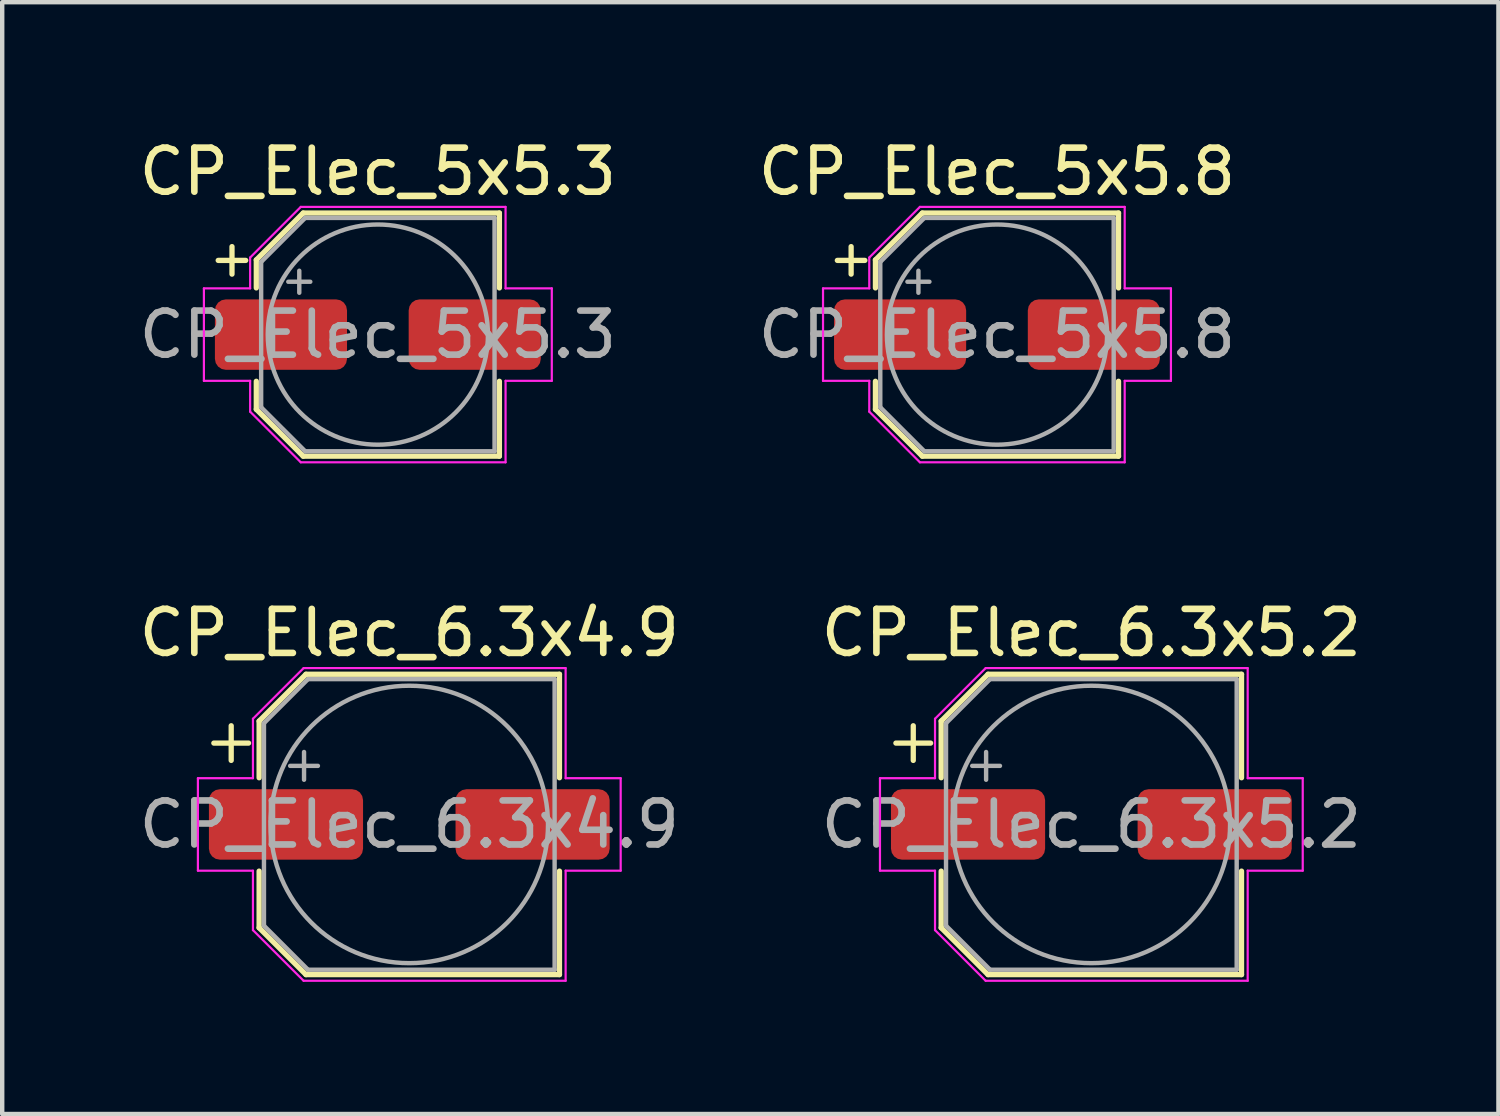
<source format=kicad_pcb>
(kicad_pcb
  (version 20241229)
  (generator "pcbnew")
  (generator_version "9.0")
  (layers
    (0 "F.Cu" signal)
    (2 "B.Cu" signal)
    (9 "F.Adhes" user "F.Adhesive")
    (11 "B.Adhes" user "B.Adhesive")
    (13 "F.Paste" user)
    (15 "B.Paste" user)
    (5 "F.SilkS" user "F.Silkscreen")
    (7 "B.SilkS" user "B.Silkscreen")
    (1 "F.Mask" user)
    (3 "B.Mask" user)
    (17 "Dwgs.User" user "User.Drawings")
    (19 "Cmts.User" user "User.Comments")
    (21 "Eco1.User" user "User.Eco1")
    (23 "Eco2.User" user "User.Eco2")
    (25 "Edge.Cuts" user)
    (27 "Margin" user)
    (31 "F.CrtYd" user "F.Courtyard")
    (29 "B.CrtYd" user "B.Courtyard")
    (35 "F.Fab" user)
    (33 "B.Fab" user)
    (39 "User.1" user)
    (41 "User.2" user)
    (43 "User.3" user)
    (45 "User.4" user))
  (footprint "CP_Elec_6.3x5.2"
    (layer "F.Cu")
    (at 21.732 15.671)
    (property "Reference" "CP_Elec_6.3x5.2" (at 0 -4.35 0) (layer "F.SilkS") (effects (font (size 1 1) (thickness 0.15))))
    (attr smd)
    (fp_line (start -4.438 -1.847) (end -3.65 -1.847) (stroke (width 0.12) (type solid)) (layer "F.SilkS"))
    (fp_line (start -4.044 -2.241) (end -4.044 -1.454) (stroke (width 0.12) (type solid)) (layer "F.SilkS"))
    (fp_line (start -3.41 -2.346) (end -3.41 -1.06) (stroke (width 0.12) (type solid)) (layer "F.SilkS"))
    (fp_line (start -3.41 -2.346) (end -2.346 -3.41) (stroke (width 0.12) (type solid)) (layer "F.SilkS"))
    (fp_line (start -3.41 2.346) (end -3.41 1.06) (stroke (width 0.12) (type solid)) (layer "F.SilkS"))
    (fp_line (start -3.41 2.346) (end -2.346 3.41) (stroke (width 0.12) (type solid)) (layer "F.SilkS"))
    (fp_line (start -2.346 -3.41) (end 3.41 -3.41) (stroke (width 0.12) (type solid)) (layer "F.SilkS"))
    (fp_line (start -2.346 3.41) (end 3.41 3.41) (stroke (width 0.12) (type solid)) (layer "F.SilkS"))
    (fp_line (start 3.41 -3.41) (end 3.41 -1.06) (stroke (width 0.12) (type solid)) (layer "F.SilkS"))
    (fp_line (start 3.41 3.41) (end 3.41 1.06) (stroke (width 0.12) (type solid)) (layer "F.SilkS"))
    (fp_line (start -4.8 -1.05) (end -4.8 1.05) (stroke (width 0.05) (type solid)) (layer "F.CrtYd"))
    (fp_line (start -4.8 1.05) (end -3.55 1.05) (stroke (width 0.05) (type solid)) (layer "F.CrtYd"))
    (fp_line (start -3.55 -2.4) (end -3.55 -1.05) (stroke (width 0.05) (type solid)) (layer "F.CrtYd"))
    (fp_line (start -3.55 -2.4) (end -2.4 -3.55) (stroke (width 0.05) (type solid)) (layer "F.CrtYd"))
    (fp_line (start -3.55 -1.05) (end -4.8 -1.05) (stroke (width 0.05) (type solid)) (layer "F.CrtYd"))
    (fp_line (start -3.55 1.05) (end -3.55 2.4) (stroke (width 0.05) (type solid)) (layer "F.CrtYd"))
    (fp_line (start -3.55 2.4) (end -2.4 3.55) (stroke (width 0.05) (type solid)) (layer "F.CrtYd"))
    (fp_line (start -2.4 -3.55) (end 3.55 -3.55) (stroke (width 0.05) (type solid)) (layer "F.CrtYd"))
    (fp_line (start -2.4 3.55) (end 3.55 3.55) (stroke (width 0.05) (type solid)) (layer "F.CrtYd"))
    (fp_line (start 3.55 -3.55) (end 3.55 -1.05) (stroke (width 0.05) (type solid)) (layer "F.CrtYd"))
    (fp_line (start 3.55 -1.05) (end 4.8 -1.05) (stroke (width 0.05) (type solid)) (layer "F.CrtYd"))
    (fp_line (start 3.55 1.05) (end 3.55 3.55) (stroke (width 0.05) (type solid)) (layer "F.CrtYd"))
    (fp_line (start 4.8 -1.05) (end 4.8 1.05) (stroke (width 0.05) (type solid)) (layer "F.CrtYd"))
    (fp_line (start 4.8 1.05) (end 3.55 1.05) (stroke (width 0.05) (type solid)) (layer "F.CrtYd"))
    (fp_line (start -3.3 -2.3) (end -3.3 2.3) (stroke (width 0.1) (type solid)) (layer "F.Fab"))
    (fp_line (start -3.3 -2.3) (end -2.3 -3.3) (stroke (width 0.1) (type solid)) (layer "F.Fab"))
    (fp_line (start -3.3 2.3) (end -2.3 3.3) (stroke (width 0.1) (type solid)) (layer "F.Fab"))
    (fp_line (start -2.705 -1.33) (end -2.075 -1.33) (stroke (width 0.1) (type solid)) (layer "F.Fab"))
    (fp_line (start -2.39 -1.645) (end -2.39 -1.015) (stroke (width 0.1) (type solid)) (layer "F.Fab"))
    (fp_line (start -2.3 -3.3) (end 3.3 -3.3) (stroke (width 0.1) (type solid)) (layer "F.Fab"))
    (fp_line (start -2.3 3.3) (end 3.3 3.3) (stroke (width 0.1) (type solid)) (layer "F.Fab"))
    (fp_line (start 3.3 -3.3) (end 3.3 3.3) (stroke (width 0.1) (type solid)) (layer "F.Fab"))
    (fp_circle (center 0 0) (end 3.15 0) (stroke (width 0.1) (type solid)) (fill no) (layer "F.Fab"))
    (fp_text user "${REFERENCE}" (at 0 0 0) (layer "F.Fab") (effects (font (size 1 1) (thickness 0.15))))
    (pad "1" smd roundrect (at -2.8 0) (size 3.5 1.6) (layers "F.Cu" "F.Mask" "F.Paste") (roundrect_rratio 0.156))
    (pad "2" smd roundrect (at 2.8 0) (size 3.5 1.6) (layers "F.Cu" "F.Mask" "F.Paste") (roundrect_rratio 0.156)))
  (footprint "CP_Elec_5x5.3"
    (layer "F.Cu")
    (at 5.53 4.548)
    (property "Reference" "CP_Elec_5x5.3" (at 0 -3.7 0) (layer "F.SilkS") (effects (font (size 1 1) (thickness 0.15))))
    (attr smd)
    (fp_line (start -3.625 -1.685) (end -3 -1.685) (stroke (width 0.12) (type solid)) (layer "F.SilkS"))
    (fp_line (start -3.312 -1.998) (end -3.312 -1.373) (stroke (width 0.12) (type solid)) (layer "F.SilkS"))
    (fp_line (start -2.76 -1.696) (end -2.76 -1.06) (stroke (width 0.12) (type solid)) (layer "F.SilkS"))
    (fp_line (start -2.76 -1.696) (end -1.696 -2.76) (stroke (width 0.12) (type solid)) (layer "F.SilkS"))
    (fp_line (start -2.76 1.696) (end -2.76 1.06) (stroke (width 0.12) (type solid)) (layer "F.SilkS"))
    (fp_line (start -2.76 1.696) (end -1.696 2.76) (stroke (width 0.12) (type solid)) (layer "F.SilkS"))
    (fp_line (start -1.696 -2.76) (end 2.76 -2.76) (stroke (width 0.12) (type solid)) (layer "F.SilkS"))
    (fp_line (start -1.696 2.76) (end 2.76 2.76) (stroke (width 0.12) (type solid)) (layer "F.SilkS"))
    (fp_line (start 2.76 -2.76) (end 2.76 -1.06) (stroke (width 0.12) (type solid)) (layer "F.SilkS"))
    (fp_line (start 2.76 2.76) (end 2.76 1.06) (stroke (width 0.12) (type solid)) (layer "F.SilkS"))
    (fp_line (start -3.95 -1.05) (end -3.95 1.05) (stroke (width 0.05) (type solid)) (layer "F.CrtYd"))
    (fp_line (start -3.95 1.05) (end -2.9 1.05) (stroke (width 0.05) (type solid)) (layer "F.CrtYd"))
    (fp_line (start -2.9 -1.75) (end -2.9 -1.05) (stroke (width 0.05) (type solid)) (layer "F.CrtYd"))
    (fp_line (start -2.9 -1.75) (end -1.75 -2.9) (stroke (width 0.05) (type solid)) (layer "F.CrtYd"))
    (fp_line (start -2.9 -1.05) (end -3.95 -1.05) (stroke (width 0.05) (type solid)) (layer "F.CrtYd"))
    (fp_line (start -2.9 1.05) (end -2.9 1.75) (stroke (width 0.05) (type solid)) (layer "F.CrtYd"))
    (fp_line (start -2.9 1.75) (end -1.75 2.9) (stroke (width 0.05) (type solid)) (layer "F.CrtYd"))
    (fp_line (start -1.75 -2.9) (end 2.9 -2.9) (stroke (width 0.05) (type solid)) (layer "F.CrtYd"))
    (fp_line (start -1.75 2.9) (end 2.9 2.9) (stroke (width 0.05) (type solid)) (layer "F.CrtYd"))
    (fp_line (start 2.9 -2.9) (end 2.9 -1.05) (stroke (width 0.05) (type solid)) (layer "F.CrtYd"))
    (fp_line (start 2.9 -1.05) (end 3.95 -1.05) (stroke (width 0.05) (type solid)) (layer "F.CrtYd"))
    (fp_line (start 2.9 1.05) (end 2.9 2.9) (stroke (width 0.05) (type solid)) (layer "F.CrtYd"))
    (fp_line (start 3.95 -1.05) (end 3.95 1.05) (stroke (width 0.05) (type solid)) (layer "F.CrtYd"))
    (fp_line (start 3.95 1.05) (end 2.9 1.05) (stroke (width 0.05) (type solid)) (layer "F.CrtYd"))
    (fp_line (start -2.65 -1.65) (end -2.65 1.65) (stroke (width 0.1) (type solid)) (layer "F.Fab"))
    (fp_line (start -2.65 -1.65) (end -1.65 -2.65) (stroke (width 0.1) (type solid)) (layer "F.Fab"))
    (fp_line (start -2.65 1.65) (end -1.65 2.65) (stroke (width 0.1) (type solid)) (layer "F.Fab"))
    (fp_line (start -2.034 -1.2) (end -1.534 -1.2) (stroke (width 0.1) (type solid)) (layer "F.Fab"))
    (fp_line (start -1.784 -1.45) (end -1.784 -0.95) (stroke (width 0.1) (type solid)) (layer "F.Fab"))
    (fp_line (start -1.65 -2.65) (end 2.65 -2.65) (stroke (width 0.1) (type solid)) (layer "F.Fab"))
    (fp_line (start -1.65 2.65) (end 2.65 2.65) (stroke (width 0.1) (type solid)) (layer "F.Fab"))
    (fp_line (start 2.65 -2.65) (end 2.65 2.65) (stroke (width 0.1) (type solid)) (layer "F.Fab"))
    (fp_circle (center 0 0) (end 2.5 0) (stroke (width 0.1) (type solid)) (fill no) (layer "F.Fab"))
    (fp_text user "${REFERENCE}" (at 0 0 0) (layer "F.Fab") (effects (font (size 1 1) (thickness 0.15))))
    (pad "1" smd roundrect (at -2.2 0) (size 3 1.6) (layers "F.Cu" "F.Mask" "F.Paste") (roundrect_rratio 0.156))
    (pad "2" smd roundrect (at 2.2 0) (size 3 1.6) (layers "F.Cu" "F.Mask" "F.Paste") (roundrect_rratio 0.156)))
  (footprint "CP_Elec_6.3x4.9"
    (layer "F.Cu")
    (at 6.244 15.671)
    (property "Reference" "CP_Elec_6.3x4.9" (at 0 -4.35 0) (layer "F.SilkS") (effects (font (size 1 1) (thickness 0.15))))
    (attr smd)
    (fp_line (start -4.438 -1.847) (end -3.65 -1.847) (stroke (width 0.12) (type solid)) (layer "F.SilkS"))
    (fp_line (start -4.044 -2.241) (end -4.044 -1.454) (stroke (width 0.12) (type solid)) (layer "F.SilkS"))
    (fp_line (start -3.41 -2.346) (end -3.41 -1.06) (stroke (width 0.12) (type solid)) (layer "F.SilkS"))
    (fp_line (start -3.41 -2.346) (end -2.346 -3.41) (stroke (width 0.12) (type solid)) (layer "F.SilkS"))
    (fp_line (start -3.41 2.346) (end -3.41 1.06) (stroke (width 0.12) (type solid)) (layer "F.SilkS"))
    (fp_line (start -3.41 2.346) (end -2.346 3.41) (stroke (width 0.12) (type solid)) (layer "F.SilkS"))
    (fp_line (start -2.346 -3.41) (end 3.41 -3.41) (stroke (width 0.12) (type solid)) (layer "F.SilkS"))
    (fp_line (start -2.346 3.41) (end 3.41 3.41) (stroke (width 0.12) (type solid)) (layer "F.SilkS"))
    (fp_line (start 3.41 -3.41) (end 3.41 -1.06) (stroke (width 0.12) (type solid)) (layer "F.SilkS"))
    (fp_line (start 3.41 3.41) (end 3.41 1.06) (stroke (width 0.12) (type solid)) (layer "F.SilkS"))
    (fp_line (start -4.8 -1.05) (end -4.8 1.05) (stroke (width 0.05) (type solid)) (layer "F.CrtYd"))
    (fp_line (start -4.8 1.05) (end -3.55 1.05) (stroke (width 0.05) (type solid)) (layer "F.CrtYd"))
    (fp_line (start -3.55 -2.4) (end -3.55 -1.05) (stroke (width 0.05) (type solid)) (layer "F.CrtYd"))
    (fp_line (start -3.55 -2.4) (end -2.4 -3.55) (stroke (width 0.05) (type solid)) (layer "F.CrtYd"))
    (fp_line (start -3.55 -1.05) (end -4.8 -1.05) (stroke (width 0.05) (type solid)) (layer "F.CrtYd"))
    (fp_line (start -3.55 1.05) (end -3.55 2.4) (stroke (width 0.05) (type solid)) (layer "F.CrtYd"))
    (fp_line (start -3.55 2.4) (end -2.4 3.55) (stroke (width 0.05) (type solid)) (layer "F.CrtYd"))
    (fp_line (start -2.4 -3.55) (end 3.55 -3.55) (stroke (width 0.05) (type solid)) (layer "F.CrtYd"))
    (fp_line (start -2.4 3.55) (end 3.55 3.55) (stroke (width 0.05) (type solid)) (layer "F.CrtYd"))
    (fp_line (start 3.55 -3.55) (end 3.55 -1.05) (stroke (width 0.05) (type solid)) (layer "F.CrtYd"))
    (fp_line (start 3.55 -1.05) (end 4.8 -1.05) (stroke (width 0.05) (type solid)) (layer "F.CrtYd"))
    (fp_line (start 3.55 1.05) (end 3.55 3.55) (stroke (width 0.05) (type solid)) (layer "F.CrtYd"))
    (fp_line (start 4.8 -1.05) (end 4.8 1.05) (stroke (width 0.05) (type solid)) (layer "F.CrtYd"))
    (fp_line (start 4.8 1.05) (end 3.55 1.05) (stroke (width 0.05) (type solid)) (layer "F.CrtYd"))
    (fp_line (start -3.3 -2.3) (end -3.3 2.3) (stroke (width 0.1) (type solid)) (layer "F.Fab"))
    (fp_line (start -3.3 -2.3) (end -2.3 -3.3) (stroke (width 0.1) (type solid)) (layer "F.Fab"))
    (fp_line (start -3.3 2.3) (end -2.3 3.3) (stroke (width 0.1) (type solid)) (layer "F.Fab"))
    (fp_line (start -2.705 -1.33) (end -2.075 -1.33) (stroke (width 0.1) (type solid)) (layer "F.Fab"))
    (fp_line (start -2.39 -1.645) (end -2.39 -1.015) (stroke (width 0.1) (type solid)) (layer "F.Fab"))
    (fp_line (start -2.3 -3.3) (end 3.3 -3.3) (stroke (width 0.1) (type solid)) (layer "F.Fab"))
    (fp_line (start -2.3 3.3) (end 3.3 3.3) (stroke (width 0.1) (type solid)) (layer "F.Fab"))
    (fp_line (start 3.3 -3.3) (end 3.3 3.3) (stroke (width 0.1) (type solid)) (layer "F.Fab"))
    (fp_circle (center 0 0) (end 3.15 0) (stroke (width 0.1) (type solid)) (fill no) (layer "F.Fab"))
    (fp_text user "${REFERENCE}" (at 0 0 0) (layer "F.Fab") (effects (font (size 1 1) (thickness 0.15))))
    (pad "1" smd roundrect (at -2.8 0) (size 3.5 1.6) (layers "F.Cu" "F.Mask" "F.Paste") (roundrect_rratio 0.156))
    (pad "2" smd roundrect (at 2.8 0) (size 3.5 1.6) (layers "F.Cu" "F.Mask" "F.Paste") (roundrect_rratio 0.156)))
  (footprint "CP_Elec_5x5.8"
    (layer "F.Cu")
    (at 19.589 4.548)
    (property "Reference" "CP_Elec_5x5.8" (at 0 -3.7 0) (layer "F.SilkS") (effects (font (size 1 1) (thickness 0.15))))
    (attr smd)
    (fp_line (start -3.625 -1.685) (end -3 -1.685) (stroke (width 0.12) (type solid)) (layer "F.SilkS"))
    (fp_line (start -3.312 -1.998) (end -3.312 -1.373) (stroke (width 0.12) (type solid)) (layer "F.SilkS"))
    (fp_line (start -2.76 -1.696) (end -2.76 -1.06) (stroke (width 0.12) (type solid)) (layer "F.SilkS"))
    (fp_line (start -2.76 -1.696) (end -1.696 -2.76) (stroke (width 0.12) (type solid)) (layer "F.SilkS"))
    (fp_line (start -2.76 1.696) (end -2.76 1.06) (stroke (width 0.12) (type solid)) (layer "F.SilkS"))
    (fp_line (start -2.76 1.696) (end -1.696 2.76) (stroke (width 0.12) (type solid)) (layer "F.SilkS"))
    (fp_line (start -1.696 -2.76) (end 2.76 -2.76) (stroke (width 0.12) (type solid)) (layer "F.SilkS"))
    (fp_line (start -1.696 2.76) (end 2.76 2.76) (stroke (width 0.12) (type solid)) (layer "F.SilkS"))
    (fp_line (start 2.76 -2.76) (end 2.76 -1.06) (stroke (width 0.12) (type solid)) (layer "F.SilkS"))
    (fp_line (start 2.76 2.76) (end 2.76 1.06) (stroke (width 0.12) (type solid)) (layer "F.SilkS"))
    (fp_line (start -3.95 -1.05) (end -3.95 1.05) (stroke (width 0.05) (type solid)) (layer "F.CrtYd"))
    (fp_line (start -3.95 1.05) (end -2.9 1.05) (stroke (width 0.05) (type solid)) (layer "F.CrtYd"))
    (fp_line (start -2.9 -1.75) (end -2.9 -1.05) (stroke (width 0.05) (type solid)) (layer "F.CrtYd"))
    (fp_line (start -2.9 -1.75) (end -1.75 -2.9) (stroke (width 0.05) (type solid)) (layer "F.CrtYd"))
    (fp_line (start -2.9 -1.05) (end -3.95 -1.05) (stroke (width 0.05) (type solid)) (layer "F.CrtYd"))
    (fp_line (start -2.9 1.05) (end -2.9 1.75) (stroke (width 0.05) (type solid)) (layer "F.CrtYd"))
    (fp_line (start -2.9 1.75) (end -1.75 2.9) (stroke (width 0.05) (type solid)) (layer "F.CrtYd"))
    (fp_line (start -1.75 -2.9) (end 2.9 -2.9) (stroke (width 0.05) (type solid)) (layer "F.CrtYd"))
    (fp_line (start -1.75 2.9) (end 2.9 2.9) (stroke (width 0.05) (type solid)) (layer "F.CrtYd"))
    (fp_line (start 2.9 -2.9) (end 2.9 -1.05) (stroke (width 0.05) (type solid)) (layer "F.CrtYd"))
    (fp_line (start 2.9 -1.05) (end 3.95 -1.05) (stroke (width 0.05) (type solid)) (layer "F.CrtYd"))
    (fp_line (start 2.9 1.05) (end 2.9 2.9) (stroke (width 0.05) (type solid)) (layer "F.CrtYd"))
    (fp_line (start 3.95 -1.05) (end 3.95 1.05) (stroke (width 0.05) (type solid)) (layer "F.CrtYd"))
    (fp_line (start 3.95 1.05) (end 2.9 1.05) (stroke (width 0.05) (type solid)) (layer "F.CrtYd"))
    (fp_line (start -2.65 -1.65) (end -2.65 1.65) (stroke (width 0.1) (type solid)) (layer "F.Fab"))
    (fp_line (start -2.65 -1.65) (end -1.65 -2.65) (stroke (width 0.1) (type solid)) (layer "F.Fab"))
    (fp_line (start -2.65 1.65) (end -1.65 2.65) (stroke (width 0.1) (type solid)) (layer "F.Fab"))
    (fp_line (start -2.034 -1.2) (end -1.534 -1.2) (stroke (width 0.1) (type solid)) (layer "F.Fab"))
    (fp_line (start -1.784 -1.45) (end -1.784 -0.95) (stroke (width 0.1) (type solid)) (layer "F.Fab"))
    (fp_line (start -1.65 -2.65) (end 2.65 -2.65) (stroke (width 0.1) (type solid)) (layer "F.Fab"))
    (fp_line (start -1.65 2.65) (end 2.65 2.65) (stroke (width 0.1) (type solid)) (layer "F.Fab"))
    (fp_line (start 2.65 -2.65) (end 2.65 2.65) (stroke (width 0.1) (type solid)) (layer "F.Fab"))
    (fp_circle (center 0 0) (end 2.5 0) (stroke (width 0.1) (type solid)) (fill no) (layer "F.Fab"))
    (fp_text user "${REFERENCE}" (at 0 0 0) (layer "F.Fab") (effects (font (size 1 1) (thickness 0.15))))
    (pad "1" smd roundrect (at -2.2 0) (size 3 1.6) (layers "F.Cu" "F.Mask" "F.Paste") (roundrect_rratio 0.156))
    (pad "2" smd roundrect (at 2.2 0) (size 3 1.6) (layers "F.Cu" "F.Mask" "F.Paste") (roundrect_rratio 0.156)))
  (gr_rect
    (start -3 -3)
    (end 30.976 22.247)
    (stroke (width 0.1) (type default))
    (fill no)
    (layer "Edge.Cuts")))
</source>
